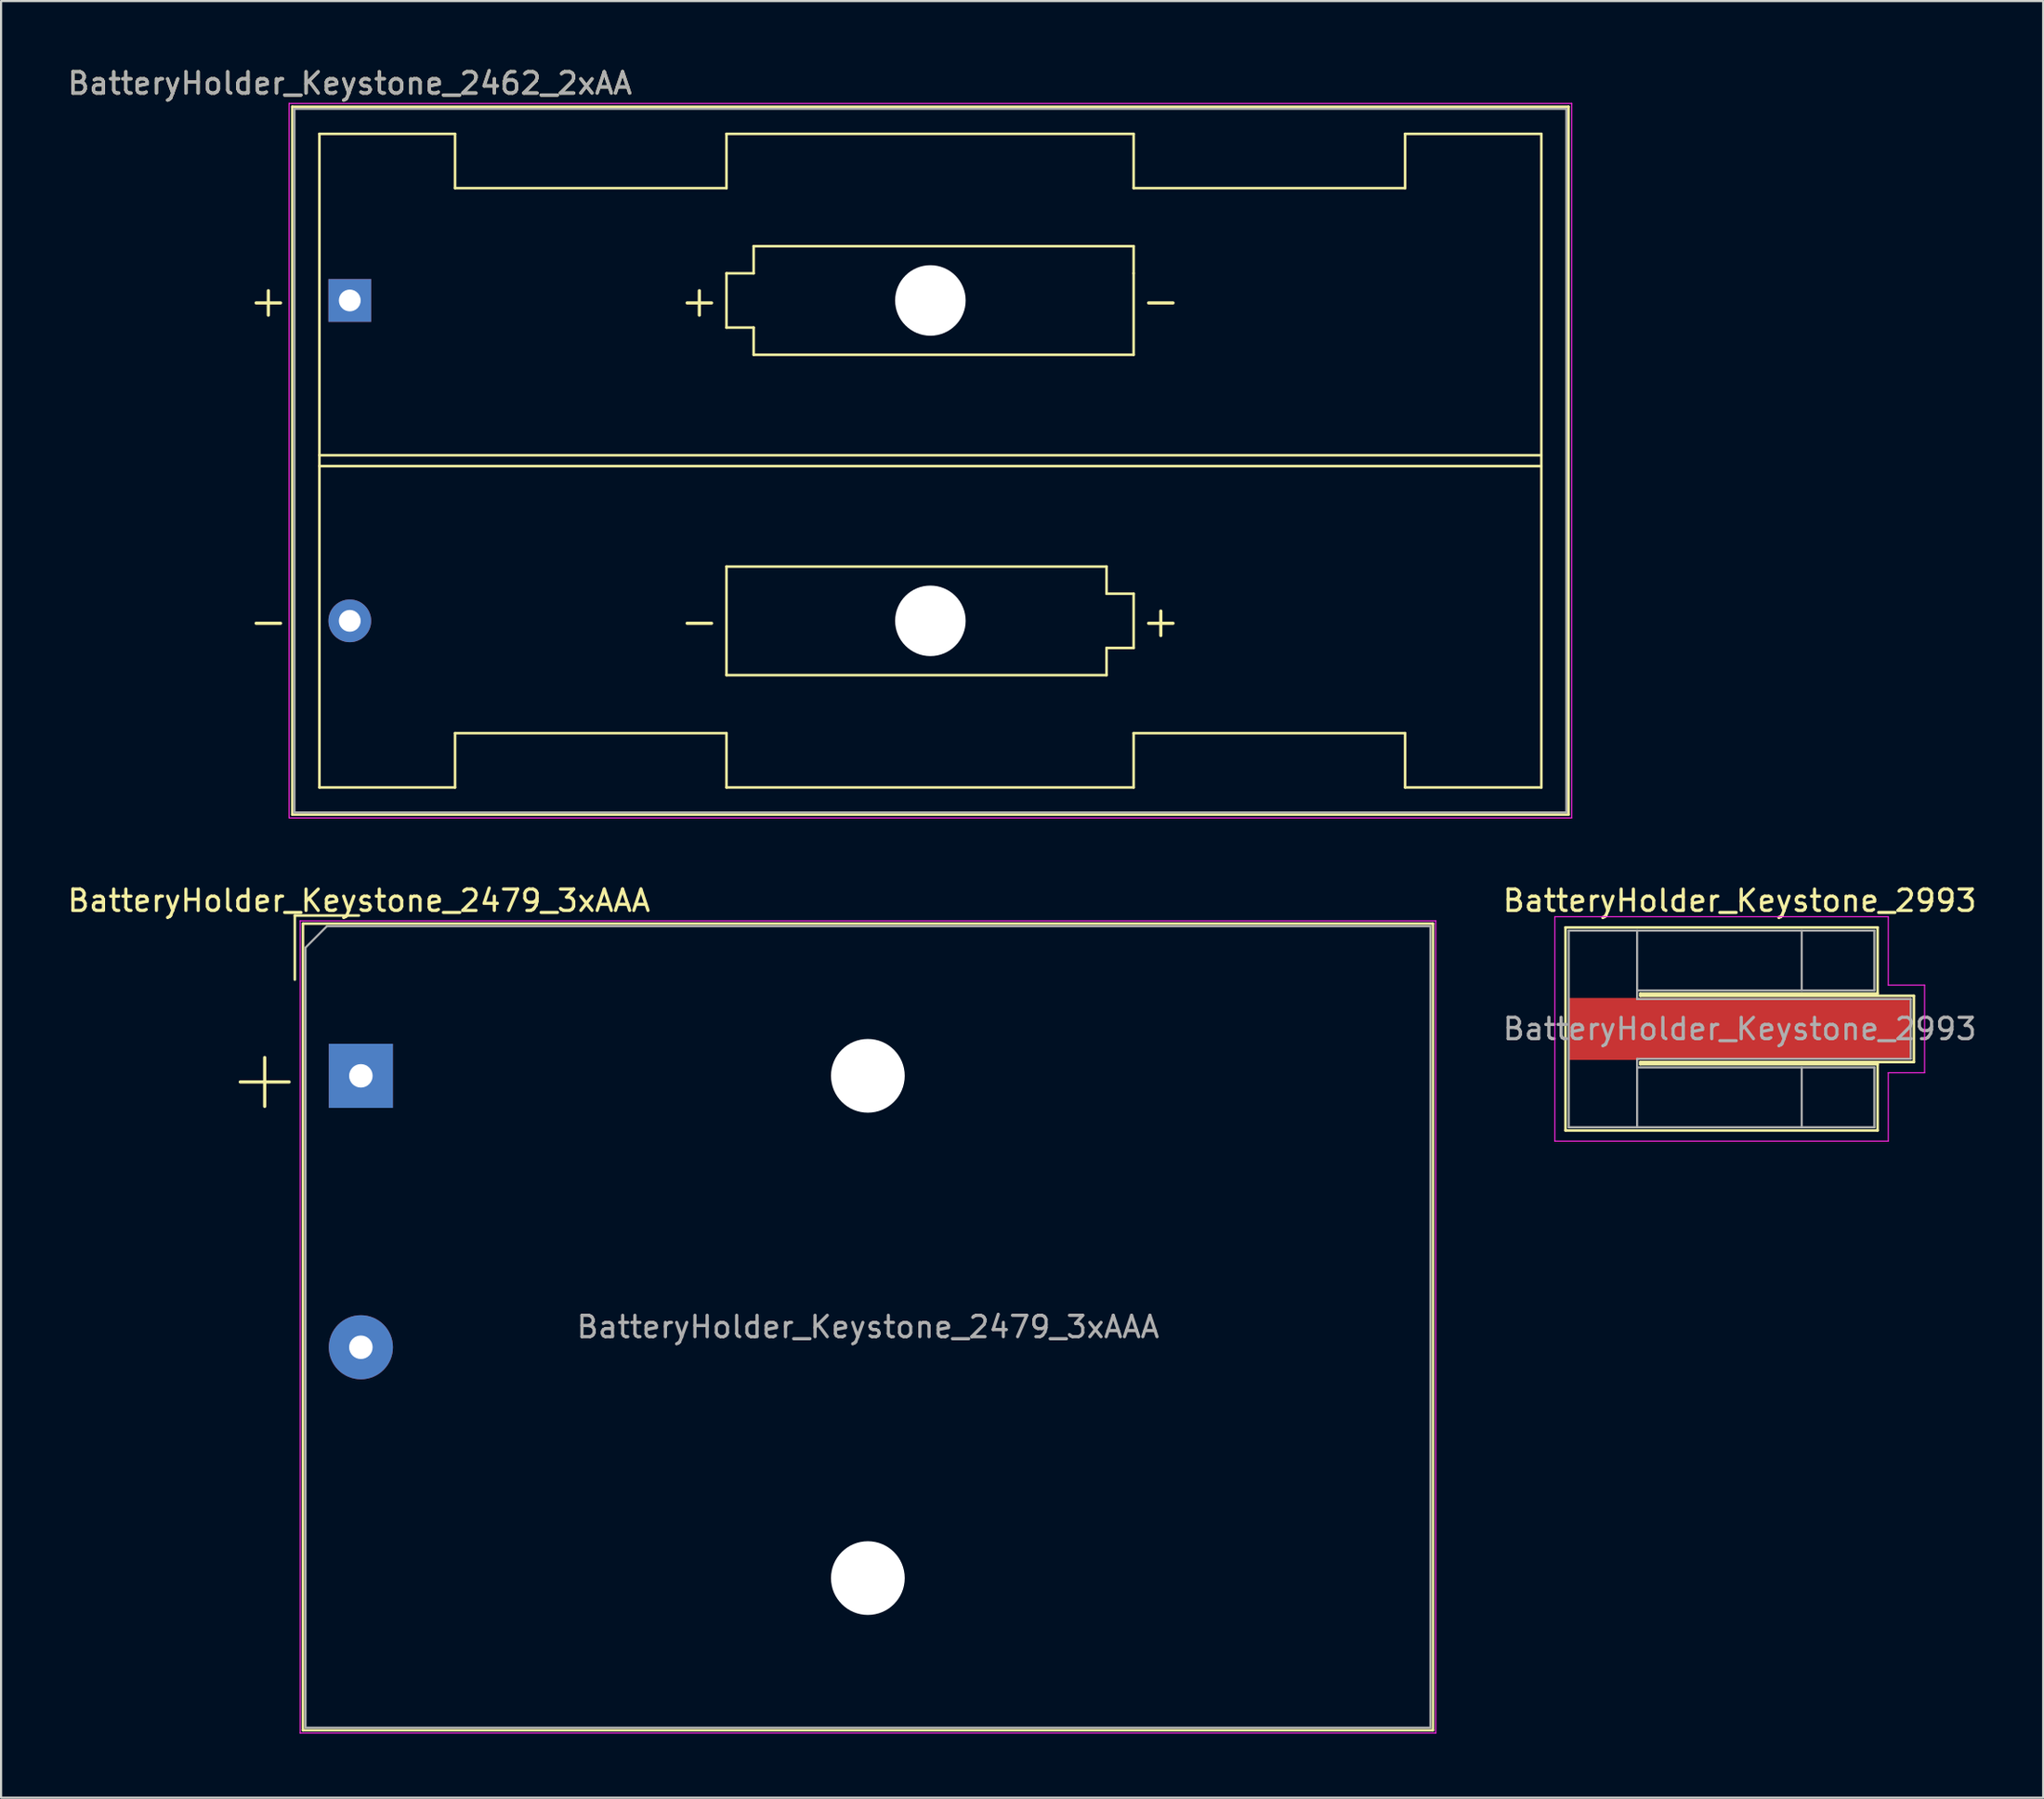
<source format=kicad_pcb>
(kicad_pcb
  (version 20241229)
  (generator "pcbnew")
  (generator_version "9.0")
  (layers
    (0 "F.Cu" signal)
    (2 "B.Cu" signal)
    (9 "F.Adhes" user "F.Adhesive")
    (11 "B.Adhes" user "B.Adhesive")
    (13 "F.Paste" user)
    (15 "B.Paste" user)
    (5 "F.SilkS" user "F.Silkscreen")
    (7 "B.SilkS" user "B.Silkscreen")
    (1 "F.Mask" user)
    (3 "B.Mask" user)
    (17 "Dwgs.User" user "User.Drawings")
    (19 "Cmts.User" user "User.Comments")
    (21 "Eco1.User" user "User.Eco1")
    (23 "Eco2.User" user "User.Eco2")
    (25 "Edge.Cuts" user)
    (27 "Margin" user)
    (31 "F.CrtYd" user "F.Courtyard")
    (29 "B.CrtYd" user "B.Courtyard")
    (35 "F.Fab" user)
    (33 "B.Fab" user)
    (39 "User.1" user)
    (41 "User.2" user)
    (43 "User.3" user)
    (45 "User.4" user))
  (footprint "BatteryHolder_Keystone_2462_2xAA"
    (layer "F.Cu")
    (at 13.315 11.008)
    (property "Reference" "BatteryHolder_Keystone_2462_2xAA" (at 0 -10.16 180) (layer "F.SilkS") (effects (font (size 1 1) (thickness 0.15))))
    (attr through_hole)
    (fp_line (start -2.69 -9.065) (end -2.69 24.055) (stroke (width 0.12) (type solid)) (layer "F.SilkS"))
    (fp_line (start -2.69 24.055) (end 57.02 24.055) (stroke (width 0.12) (type solid)) (layer "F.SilkS"))
    (fp_line (start -1.42 -7.795) (end -1.42 22.785) (stroke (width 0.12) (type solid)) (layer "F.SilkS"))
    (fp_line (start -1.42 7.241) (end 55.75 7.241) (stroke (width 0.12) (type solid)) (layer "F.SilkS"))
    (fp_line (start -1.42 22.785) (end 4.925 22.785) (stroke (width 0.12) (type solid)) (layer "F.SilkS"))
    (fp_line (start 4.925 -7.795) (end -1.42 -7.795) (stroke (width 0.12) (type solid)) (layer "F.SilkS"))
    (fp_line (start 4.925 -5.255) (end 4.925 -7.795) (stroke (width 0.12) (type solid)) (layer "F.SilkS"))
    (fp_line (start 4.925 -5.255) (end 17.625 -5.255) (stroke (width 0.12) (type solid)) (layer "F.SilkS"))
    (fp_line (start 4.925 20.245) (end 17.625 20.245) (stroke (width 0.12) (type solid)) (layer "F.SilkS"))
    (fp_line (start 4.925 22.785) (end 4.925 20.245) (stroke (width 0.12) (type solid)) (layer "F.SilkS"))
    (fp_line (start 17.625 -7.795) (end 17.625 -5.255) (stroke (width 0.12) (type solid)) (layer "F.SilkS"))
    (fp_line (start 17.625 -1.27) (end 18.895 -1.27) (stroke (width 0.12) (type solid)) (layer "F.SilkS"))
    (fp_line (start 17.625 1.27) (end 17.625 -1.27) (stroke (width 0.12) (type solid)) (layer "F.SilkS"))
    (fp_line (start 17.625 12.45) (end 35.405 12.45) (stroke (width 0.12) (type solid)) (layer "F.SilkS"))
    (fp_line (start 17.625 17.53) (end 17.625 12.45) (stroke (width 0.12) (type solid)) (layer "F.SilkS"))
    (fp_line (start 17.625 20.245) (end 17.625 22.785) (stroke (width 0.12) (type solid)) (layer "F.SilkS"))
    (fp_line (start 17.625 22.785) (end 36.675 22.785) (stroke (width 0.12) (type solid)) (layer "F.SilkS"))
    (fp_line (start 18.895 -2.54) (end 36.675 -2.54) (stroke (width 0.12) (type solid)) (layer "F.SilkS"))
    (fp_line (start 18.895 -1.27) (end 18.895 -2.54) (stroke (width 0.12) (type solid)) (layer "F.SilkS"))
    (fp_line (start 18.895 1.27) (end 17.625 1.27) (stroke (width 0.12) (type solid)) (layer "F.SilkS"))
    (fp_line (start 18.895 2.54) (end 18.895 1.27) (stroke (width 0.12) (type solid)) (layer "F.SilkS"))
    (fp_line (start 35.405 12.45) (end 35.405 13.72) (stroke (width 0.12) (type solid)) (layer "F.SilkS"))
    (fp_line (start 35.405 13.72) (end 36.675 13.72) (stroke (width 0.12) (type solid)) (layer "F.SilkS"))
    (fp_line (start 35.405 16.26) (end 35.405 17.53) (stroke (width 0.12) (type solid)) (layer "F.SilkS"))
    (fp_line (start 35.405 17.53) (end 17.625 17.53) (stroke (width 0.12) (type solid)) (layer "F.SilkS"))
    (fp_line (start 36.675 -7.795) (end 17.625 -7.795) (stroke (width 0.12) (type solid)) (layer "F.SilkS"))
    (fp_line (start 36.675 -5.255) (end 36.675 -7.795) (stroke (width 0.12) (type solid)) (layer "F.SilkS"))
    (fp_line (start 36.675 -2.54) (end 36.675 -1.27) (stroke (width 0.12) (type solid)) (layer "F.SilkS"))
    (fp_line (start 36.675 -1.27) (end 36.675 2.54) (stroke (width 0.12) (type solid)) (layer "F.SilkS"))
    (fp_line (start 36.675 2.54) (end 18.895 2.54) (stroke (width 0.12) (type solid)) (layer "F.SilkS"))
    (fp_line (start 36.675 13.72) (end 36.675 16.26) (stroke (width 0.12) (type solid)) (layer "F.SilkS"))
    (fp_line (start 36.675 16.26) (end 35.405 16.26) (stroke (width 0.12) (type solid)) (layer "F.SilkS"))
    (fp_line (start 36.675 22.785) (end 36.675 20.245) (stroke (width 0.12) (type solid)) (layer "F.SilkS"))
    (fp_line (start 49.375 -7.795) (end 49.375 -5.255) (stroke (width 0.12) (type solid)) (layer "F.SilkS"))
    (fp_line (start 49.375 -5.255) (end 36.675 -5.255) (stroke (width 0.12) (type solid)) (layer "F.SilkS"))
    (fp_line (start 49.375 20.245) (end 36.675 20.245) (stroke (width 0.12) (type solid)) (layer "F.SilkS"))
    (fp_line (start 49.375 22.785) (end 49.375 20.245) (stroke (width 0.12) (type solid)) (layer "F.SilkS"))
    (fp_line (start 55.75 -7.795) (end 49.375 -7.795) (stroke (width 0.12) (type solid)) (layer "F.SilkS"))
    (fp_line (start 55.75 -7.795) (end 55.75 22.785) (stroke (width 0.12) (type solid)) (layer "F.SilkS"))
    (fp_line (start 55.75 7.749) (end -1.42 7.749) (stroke (width 0.12) (type solid)) (layer "F.SilkS"))
    (fp_line (start 55.75 22.785) (end 49.375 22.785) (stroke (width 0.12) (type solid)) (layer "F.SilkS"))
    (fp_line (start 57.02 -9.065) (end -2.69 -9.065) (stroke (width 0.12) (type solid)) (layer "F.SilkS"))
    (fp_line (start 57.02 24.055) (end 57.02 -9.065) (stroke (width 0.12) (type solid)) (layer "F.SilkS"))
    (fp_line (start -2.84 -9.22) (end -2.84 24.21) (stroke (width 0.05) (type solid)) (layer "F.CrtYd"))
    (fp_line (start -2.84 24.21) (end 57.17 24.21) (stroke (width 0.05) (type solid)) (layer "F.CrtYd"))
    (fp_line (start 57.17 -9.22) (end -2.84 -9.22) (stroke (width 0.05) (type solid)) (layer "F.CrtYd"))
    (fp_line (start 57.17 24.21) (end 57.17 -9.22) (stroke (width 0.05) (type solid)) (layer "F.CrtYd"))
    (fp_line (start -2.59 -8.965) (end 56.92 -8.965) (stroke (width 0.1) (type solid)) (layer "F.Fab"))
    (fp_line (start -2.59 23.955) (end -2.59 -8.965) (stroke (width 0.1) (type solid)) (layer "F.Fab"))
    (fp_line (start -2.59 23.955) (end 56.92 23.955) (stroke (width 0.1) (type solid)) (layer "F.Fab"))
    (fp_line (start 56.92 23.955) (end 56.92 -8.965) (stroke (width 0.1) (type solid)) (layer "F.Fab"))
    (fp_text user "+" (at 16.355 0 0) (layer "F.SilkS") (effects (font (size 1.5 1.5) (thickness 0.15))))
    (fp_text user "+" (at -3.81 0 0) (layer "F.SilkS") (effects (font (size 1.5 1.5) (thickness 0.15))))
    (fp_text user "-" (at 37.945 0 0) (layer "F.SilkS") (effects (font (size 1.5 1.5) (thickness 0.15))))
    (fp_text user "-" (at -3.81 14.99 0) (layer "F.SilkS") (effects (font (size 1.5 1.5) (thickness 0.15))))
    (fp_text user "-" (at 16.355 14.99 0) (layer "F.SilkS") (effects (font (size 1.5 1.5) (thickness 0.15))))
    (fp_text user "+" (at 37.945 14.99 0) (layer "F.SilkS") (effects (font (size 1.5 1.5) (thickness 0.15))))
    (fp_text user "${REFERENCE}" (at 0 -10.16 0) (layer "F.Fab") (effects (font (size 1 1) (thickness 0.15))))
    (pad "" np_thru_hole circle (at 27.165 0) (size 3.3 3.3) (drill 3.3) (layers "*.Cu" "*.Mask"))
    (pad "" np_thru_hole circle (at 27.165 14.99) (size 3.3 3.3) (drill 3.3) (layers "*.Cu" "*.Mask"))
    (pad "1" thru_hole rect (at 0 0) (size 2 2) (drill 1.02) (layers "*.Cu" "*.Mask"))
    (pad "2" thru_hole circle (at 0 14.99) (size 2 2) (drill 1.02) (layers "*.Cu" "*.Mask")))
  (footprint "BatteryHolder_Keystone_2479_3xAAA"
    (layer "F.Cu")
    (at 13.834 47.286)
    (property "Reference" "BatteryHolder_Keystone_2479_3xAAA" (at -0.09 -8.195 0) (layer "F.SilkS") (effects (font (size 1 1) (thickness 0.15))))
    (attr through_hole)
    (fp_line (start -3.09 -7.5) (end -0.09 -7.5) (stroke (width 0.12) (type solid)) (layer "F.SilkS"))
    (fp_line (start -3.09 -4.5) (end -3.09 -7.5) (stroke (width 0.12) (type solid)) (layer "F.SilkS"))
    (fp_line (start -2.71 -7.12) (end -2.71 30.62) (stroke (width 0.12) (type solid)) (layer "F.SilkS"))
    (fp_line (start -2.71 -7.12) (end 50.16 -7.12) (stroke (width 0.12) (type solid)) (layer "F.SilkS"))
    (fp_line (start -2.71 30.62) (end 50.16 30.62) (stroke (width 0.12) (type solid)) (layer "F.SilkS"))
    (fp_line (start 50.16 -7.12) (end 50.16 30.62) (stroke (width 0.12) (type solid)) (layer "F.SilkS"))
    (fp_line (start -2.84 -7.25) (end -2.84 30.75) (stroke (width 0.05) (type solid)) (layer "F.CrtYd"))
    (fp_line (start -2.84 -7.25) (end 50.29 -7.25) (stroke (width 0.05) (type solid)) (layer "F.CrtYd"))
    (fp_line (start -2.84 30.75) (end 50.29 30.75) (stroke (width 0.05) (type solid)) (layer "F.CrtYd"))
    (fp_line (start 50.29 -7.25) (end 50.29 30.75) (stroke (width 0.05) (type solid)) (layer "F.CrtYd"))
    (fp_line (start -2.59 -6) (end -1.59 -7) (stroke (width 0.1) (type solid)) (layer "F.Fab"))
    (fp_line (start -2.59 30.5) (end -2.59 -6) (stroke (width 0.1) (type solid)) (layer "F.Fab"))
    (fp_line (start -1.59 -7) (end 50.04 -7) (stroke (width 0.1) (type solid)) (layer "F.Fab"))
    (fp_line (start 50.04 -7) (end 50.04 30.5) (stroke (width 0.1) (type solid)) (layer "F.Fab"))
    (fp_line (start 50.04 30.5) (end -2.59 30.5) (stroke (width 0.1) (type solid)) (layer "F.Fab"))
    (fp_text user "+" (at -4.5 0.05 0) (layer "F.SilkS") (effects (font (size 3 3) (thickness 0.15))))
    (fp_text user "${REFERENCE}" (at 23.725 11.75 0) (layer "F.Fab") (effects (font (size 1 1) (thickness 0.15))))
    (pad "" np_thru_hole circle (at 23.72 0) (size 3.45 3.45) (drill 3.45) (layers "*.Cu" "*.Mask"))
    (pad "" np_thru_hole circle (at 23.72 23.5) (size 3.45 3.45) (drill 3.45) (layers "*.Cu" "*.Mask"))
    (pad "1" thru_hole rect (at 0 0) (size 3 3) (drill 1.1) (layers "*.Cu" "*.Mask"))
    (pad "2" thru_hole circle (at 0 12.7) (size 3 3) (drill 1.1) (layers "*.Cu" "*.Mask")))
  (footprint "BatteryHolder_Keystone_2993"
    (layer "F.Cu")
    (at 78.345 45.092)
    (property "Reference" "BatteryHolder_Keystone_2993" (at 0 -6 0) (layer "F.SilkS") (effects (font (size 1 1) (thickness 0.15))))
    (attr smd)
    (fp_line (start -8.15 -4.75) (end -8.15 4.75) (stroke (width 0.12) (type solid)) (layer "F.SilkS"))
    (fp_line (start -8.15 -4.75) (end 6.45 -4.75) (stroke (width 0.12) (type solid)) (layer "F.SilkS"))
    (fp_line (start -8.15 4.75) (end 6.45 4.75) (stroke (width 0.12) (type solid)) (layer "F.SilkS"))
    (fp_line (start -4.65 -1.65) (end -4.65 -1.55) (stroke (width 0.12) (type solid)) (layer "F.SilkS"))
    (fp_line (start -4.65 -1.55) (end 8.15 -1.55) (stroke (width 0.12) (type solid)) (layer "F.SilkS"))
    (fp_line (start -4.65 1.55) (end 8.15 1.55) (stroke (width 0.12) (type solid)) (layer "F.SilkS"))
    (fp_line (start -4.65 1.65) (end -4.65 1.55) (stroke (width 0.12) (type solid)) (layer "F.SilkS"))
    (fp_line (start 6.45 -4.75) (end 6.45 -1.65) (stroke (width 0.12) (type solid)) (layer "F.SilkS"))
    (fp_line (start 6.45 -1.65) (end -4.65 -1.65) (stroke (width 0.12) (type solid)) (layer "F.SilkS"))
    (fp_line (start 6.45 1.65) (end -4.65 1.65) (stroke (width 0.12) (type solid)) (layer "F.SilkS"))
    (fp_line (start 6.45 4.75) (end 6.45 1.65) (stroke (width 0.12) (type solid)) (layer "F.SilkS"))
    (fp_line (start 8.15 -1.55) (end 8.15 1.55) (stroke (width 0.12) (type solid)) (layer "F.SilkS"))
    (fp_line (start -8.65 -5.25) (end -8.65 5.25) (stroke (width 0.05) (type solid)) (layer "F.CrtYd"))
    (fp_line (start -8.65 -5.25) (end 6.95 -5.25) (stroke (width 0.05) (type solid)) (layer "F.CrtYd"))
    (fp_line (start -8.65 5.25) (end 6.95 5.25) (stroke (width 0.05) (type solid)) (layer "F.CrtYd"))
    (fp_line (start 6.95 -5.25) (end 6.95 -2.05) (stroke (width 0.05) (type solid)) (layer "F.CrtYd"))
    (fp_line (start 6.95 -2.05) (end 8.65 -2.05) (stroke (width 0.05) (type solid)) (layer "F.CrtYd"))
    (fp_line (start 6.95 2.05) (end 8.65 2.05) (stroke (width 0.05) (type solid)) (layer "F.CrtYd"))
    (fp_line (start 6.95 5.25) (end 6.95 2.05) (stroke (width 0.05) (type solid)) (layer "F.CrtYd"))
    (fp_line (start 8.65 -2.05) (end 8.65 2.05) (stroke (width 0.05) (type solid)) (layer "F.CrtYd"))
    (fp_line (start -8 -4.6) (end -8 4.6) (stroke (width 0.1) (type solid)) (layer "F.Fab"))
    (fp_line (start -8 -4.6) (end 6.3 -4.6) (stroke (width 0.1) (type solid)) (layer "F.Fab"))
    (fp_line (start -4.8 -1.4) (end -4.8 -4.6) (stroke (width 0.1) (type solid)) (layer "F.Fab"))
    (fp_line (start -4.8 -1.4) (end 8 -1.4) (stroke (width 0.1) (type solid)) (layer "F.Fab"))
    (fp_line (start -4.8 1.4) (end -4.8 4.6) (stroke (width 0.1) (type solid)) (layer "F.Fab"))
    (fp_line (start 2.9 -1.8) (end 2.9 -4.6) (stroke (width 0.1) (type solid)) (layer "F.Fab"))
    (fp_line (start 2.9 1.8) (end 2.9 4.6) (stroke (width 0.1) (type solid)) (layer "F.Fab"))
    (fp_line (start 6.3 -4.6) (end 6.3 -1.8) (stroke (width 0.1) (type solid)) (layer "F.Fab"))
    (fp_line (start 6.3 -1.8) (end -4.8 -1.8) (stroke (width 0.1) (type solid)) (layer "F.Fab"))
    (fp_line (start 6.3 1.8) (end -4.8 1.8) (stroke (width 0.1) (type solid)) (layer "F.Fab"))
    (fp_line (start 6.3 4.6) (end -8 4.6) (stroke (width 0.1) (type solid)) (layer "F.Fab"))
    (fp_line (start 6.3 4.6) (end 6.3 1.8) (stroke (width 0.1) (type solid)) (layer "F.Fab"))
    (fp_line (start 8 -1.4) (end 8 1.4) (stroke (width 0.1) (type solid)) (layer "F.Fab"))
    (fp_line (start 8 1.4) (end -4.8 1.4) (stroke (width 0.1) (type solid)) (layer "F.Fab"))
    (fp_text user "${REFERENCE}" (at 0 0 0) (layer "F.Fab") (effects (font (size 1 1) (thickness 0.15))))
    (pad "1" smd rect (at 0 0) (size 16 2.9) (layers "F.Cu" "F.Mask" "F.Paste")))
  (gr_rect
    (start -3 -3)
    (end 92.542 81.061)
    (stroke (width 0.1) (type default))
    (fill no)
    (layer "Edge.Cuts")))
</source>
